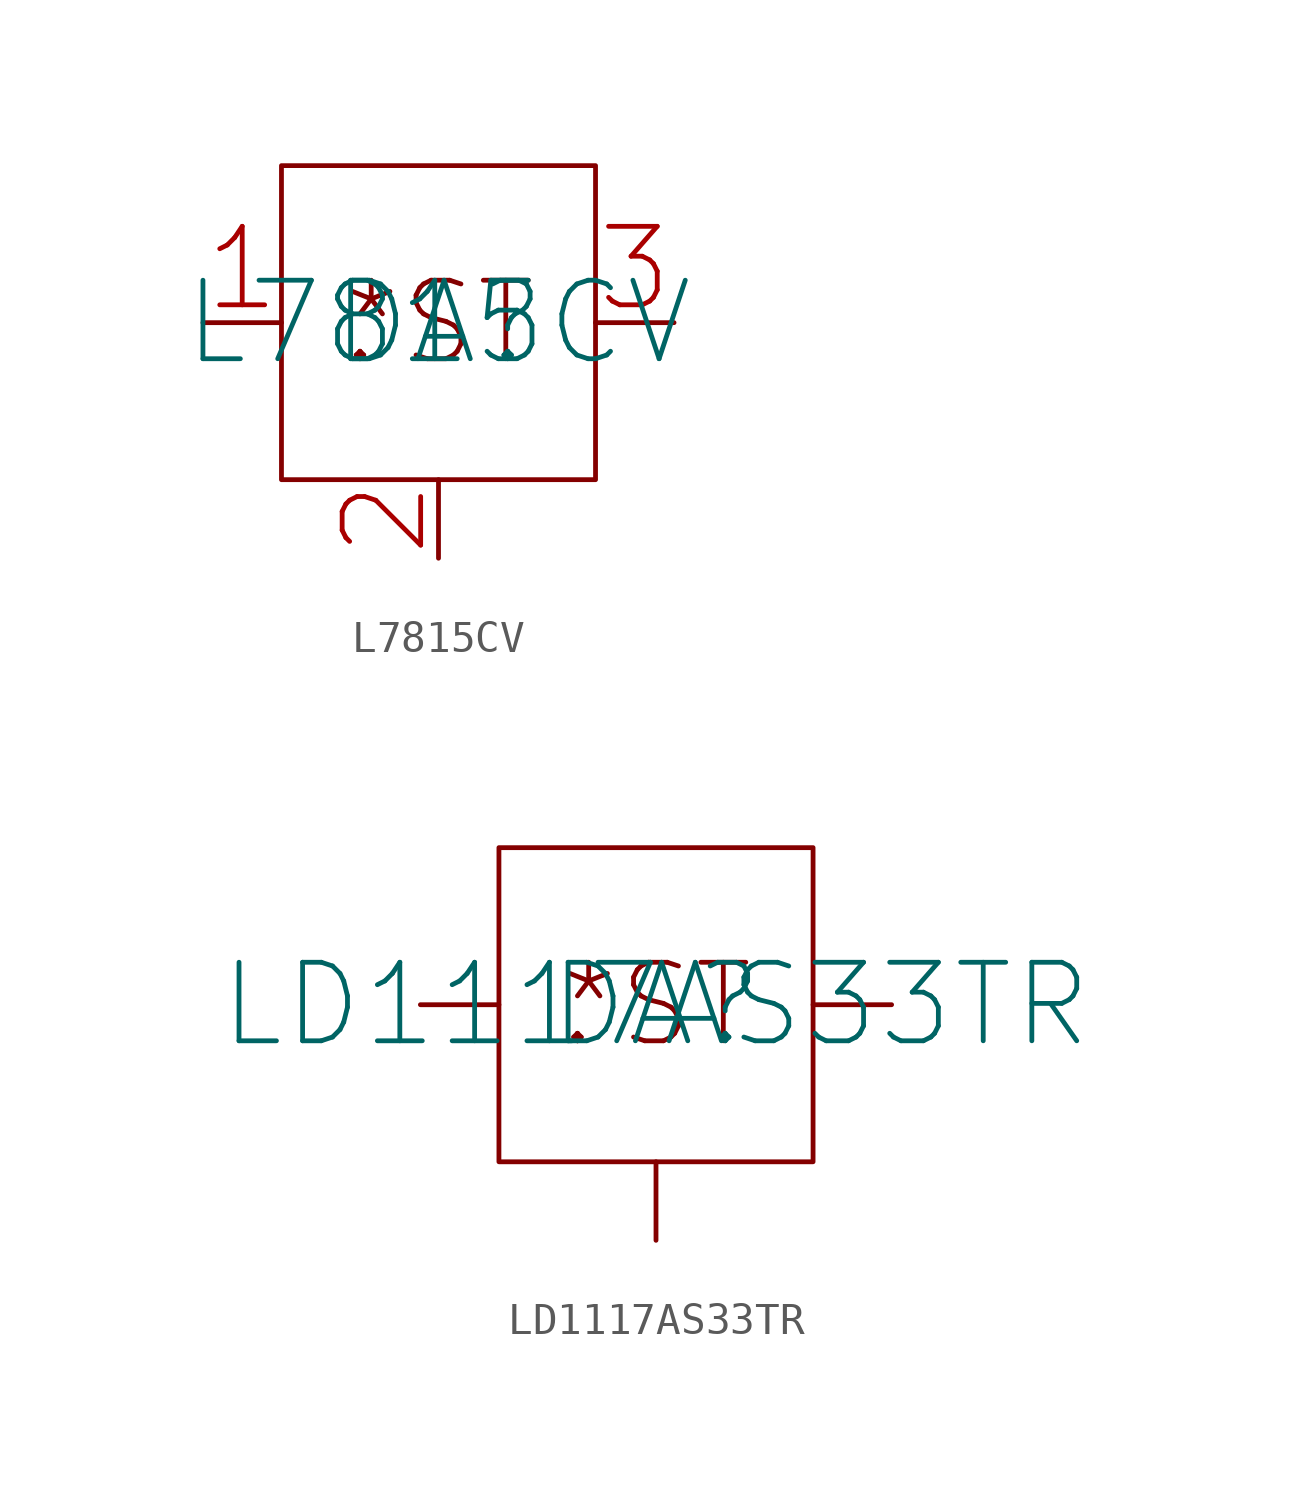
<source format=kicad_sym>
(kicad_symbol_lib
  (version 20220914)
  (generator kicad_symbol_editor)
  (symbol "L7815CV"
    (pin_names hide)
    (property "Reference" "DA"
      (at 0 0 0)
      (effects (font (size 2.5 2.5))))
    (property "Value" "L7815CV"
      (at 0 0 0)
      (effects (font (size 2.5 2.5))))
    (symbol "L7815CV_0_1"
      (rectangle (start -5 5) (end 5 -5) (stroke (width 0) (type default)) (fill (type none))))
    (symbol "L7815CV_1_1"
      (text "*ST" (at 0 0 0) (effects (font (size 2.5 2.5))))
      (text "." (at -2.5 0 0) (effects (font (size 2.5 2.5))))
      (pin input line (at -7.5 0 0) (length 2.5) (name "" (effects (font (size 2.5 2.5)))) (number "1" (effects (font (size 2.5 2.5)))))
      (pin input line (at 0 -7.5 90) (length 2.5) (name "" (effects (font (size 2.5 2.5)))) (number "2" (effects (font (size 2.5 2.5)))))
      (pin input line (at 7.5 0 180) (length 2.5) (name "" (effects (font (size 2.5 2.5)))) (number "3" (effects (font (size 2.5 2.5)))))))
  (symbol "LD1117AS33TR"
    (pin_numbers hide)
    (pin_names hide)
    (property "Reference" "DA"
      (at 0 0 0)
      (effects (font (size 2.5 2.5))))
    (property "Value" "LD1117AS33TR"
      (at 0 0 0)
      (effects (font (size 2.5 2.5))))
    (symbol "LD1117AS33TR_0_1"
      (rectangle (start -5 5) (end 5 -5) (stroke (width 0) (type default)) (fill (type none))))
    (symbol "LD1117AS33TR_1_1"
      (text "*ST" (at 0 0 0) (effects (font (size 2.5 2.5))))
      (text "." (at -2.5 0 0) (effects (font (size 2.5 2.5))))
      (pin input line (at 0 -7.5 90) (length 2.5) (name "" (effects (font (size 2.5 2.5)))) (number "1" (effects (font (size 2.5 2.5)))))
      (pin input line (at 7.5 0 180) (length 2.5) (name "" (effects (font (size 2.5 2.5)))) (number "2" (effects (font (size 2.5 2.5)))))
      (pin input line (at -7.5 0 0) (length 2.5) (name "" (effects (font (size 2.5 2.5)))) (number "3" (effects (font (size 2.5 2.5)))))
      (pin input line (at 0 -7.5 90) (length 2.5) hide (name "" (effects (font (size 2.5 2.5)))) (number "4" (effects (font (size 2.5 2.5))))))))
</source>
